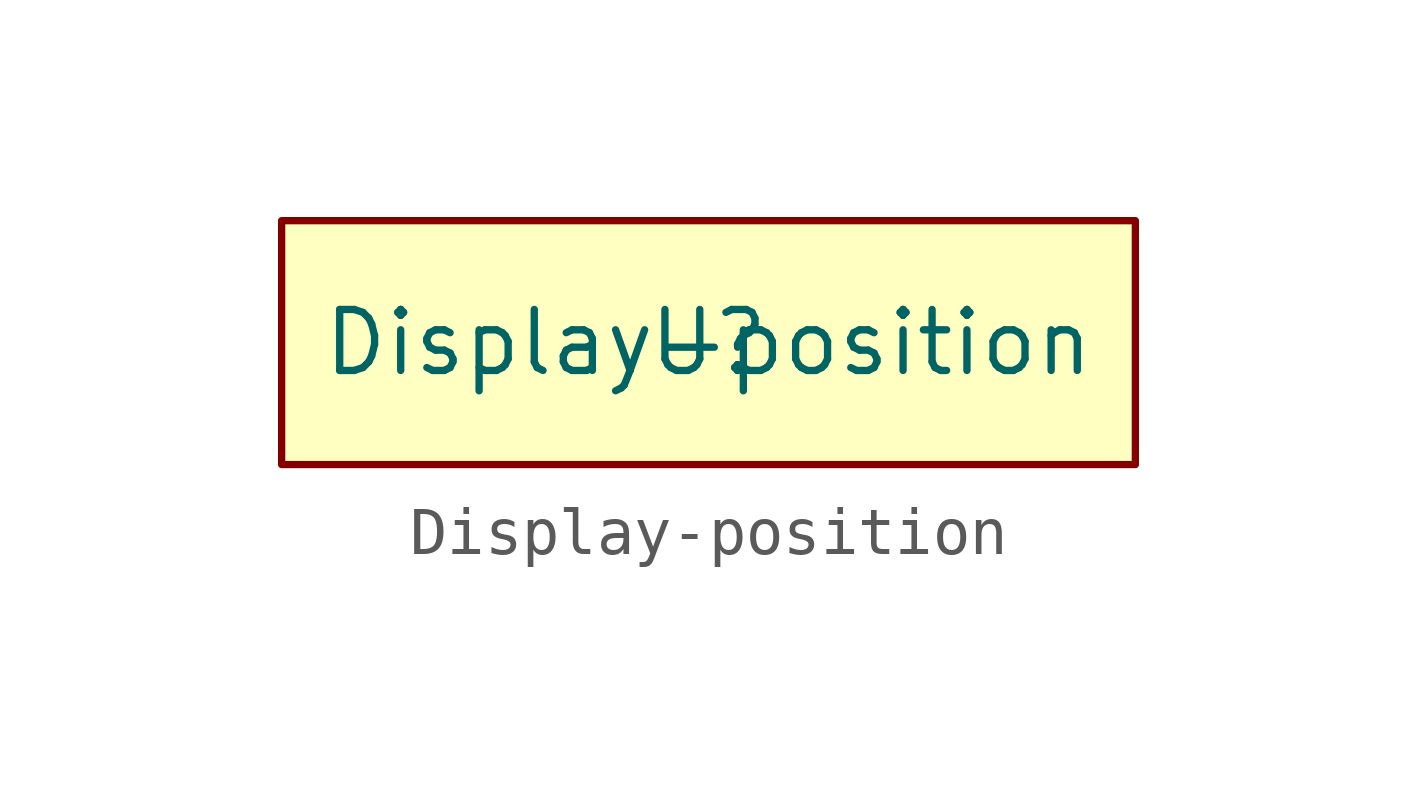
<source format=kicad_sym>
(kicad_symbol_lib
  (version 20211014)
  (generator kicad_symbol_editor)
  (symbol "Display-position"
    (property "Reference" "U"
      (at 0 0 0)
      (effects (font (size 1.27 1.27))))
    (property "Value" "Display-position"
      (at 0 0 0)
      (effects (font (size 1.27 1.27))))
    (symbol "Display-position_0_1"
      (rectangle (start -8.89 2.54) (end 8.89 -2.54) (stroke (width 0.152) (type default) (color 0 0 0 0)) (fill (type background))))))
</source>
